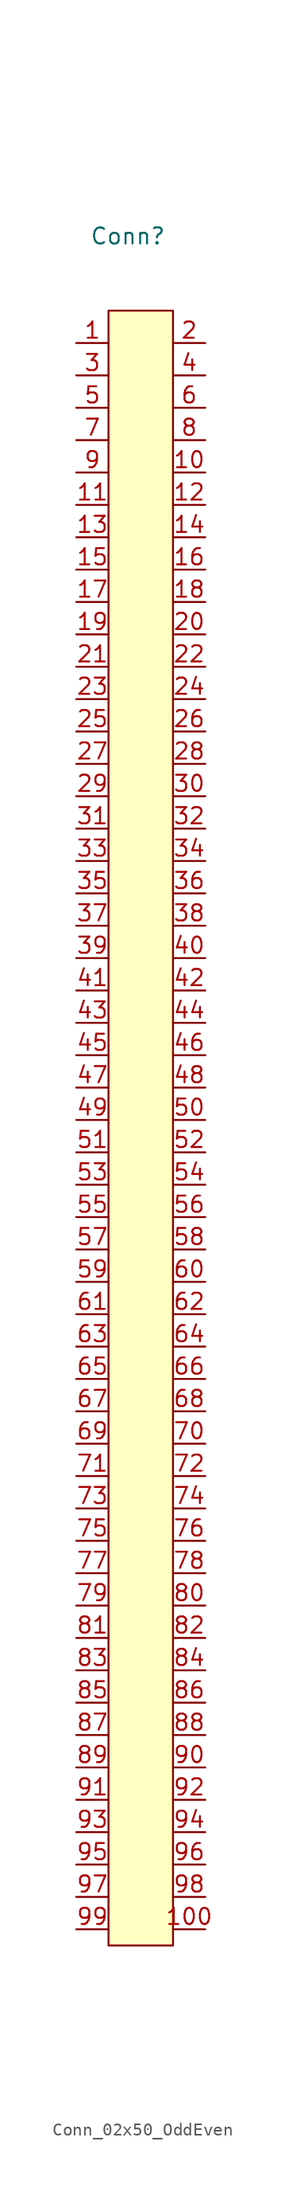
<source format=kicad_sym>
(kicad_symbol_lib
  (version 20241209)
  (generator "kicad_symbol_editor")
  (generator_version "9.0")
  (symbol "Conn_02x50_OddEven"
    (pin_names
      (hide yes))
    (property "Reference" "Conn"
      (at -1.016 8.382 0)
      (effects (font (size 1.27 1.27))))
    (symbol "Conn_02x50_OddEven_1_1"
      (rectangle (start -2.54 2.54) (end 2.54 -125.73) (stroke (width 0) (type solid)) (fill (type background)))
      (pin input line (at -5.08 0 0) (length 2.54) (name "pin1" (effects (font (size 1.27 1.27)))) (number "1" (effects (font (size 1.27 1.27)))))
      (pin input line (at -5.08 -2.54 0) (length 2.54) (name "pin3" (effects (font (size 1.27 1.27)))) (number "3" (effects (font (size 1.27 1.27)))))
      (pin input line (at -5.08 -5.08 0) (length 2.54) (name "pin5" (effects (font (size 1.27 1.27)))) (number "5" (effects (font (size 1.27 1.27)))))
      (pin input line (at -5.08 -7.62 0) (length 2.54) (name "pin7" (effects (font (size 1.27 1.27)))) (number "7" (effects (font (size 1.27 1.27)))))
      (pin input line (at -5.08 -10.16 0) (length 2.54) (name "pin9" (effects (font (size 1.27 1.27)))) (number "9" (effects (font (size 1.27 1.27)))))
      (pin input line (at -5.08 -12.7 0) (length 2.54) (name "pin11" (effects (font (size 1.27 1.27)))) (number "11" (effects (font (size 1.27 1.27)))))
      (pin input line (at -5.08 -15.24 0) (length 2.54) (name "pin13" (effects (font (size 1.27 1.27)))) (number "13" (effects (font (size 1.27 1.27)))))
      (pin input line (at -5.08 -17.78 0) (length 2.54) (name "pin15" (effects (font (size 1.27 1.27)))) (number "15" (effects (font (size 1.27 1.27)))))
      (pin input line (at -5.08 -20.32 0) (length 2.54) (name "pin17" (effects (font (size 1.27 1.27)))) (number "17" (effects (font (size 1.27 1.27)))))
      (pin input line (at -5.08 -22.86 0) (length 2.54) (name "pin19" (effects (font (size 1.27 1.27)))) (number "19" (effects (font (size 1.27 1.27)))))
      (pin input line (at -5.08 -25.4 0) (length 2.54) (name "pin21" (effects (font (size 1.27 1.27)))) (number "21" (effects (font (size 1.27 1.27)))))
      (pin input line (at -5.08 -27.94 0) (length 2.54) (name "pin23" (effects (font (size 1.27 1.27)))) (number "23" (effects (font (size 1.27 1.27)))))
      (pin input line (at -5.08 -30.48 0) (length 2.54) (name "pin25" (effects (font (size 1.27 1.27)))) (number "25" (effects (font (size 1.27 1.27)))))
      (pin input line (at -5.08 -33.02 0) (length 2.54) (name "pin27" (effects (font (size 1.27 1.27)))) (number "27" (effects (font (size 1.27 1.27)))))
      (pin input line (at -5.08 -35.56 0) (length 2.54) (name "pin29" (effects (font (size 1.27 1.27)))) (number "29" (effects (font (size 1.27 1.27)))))
      (pin input line (at -5.08 -38.1 0) (length 2.54) (name "pin31" (effects (font (size 1.27 1.27)))) (number "31" (effects (font (size 1.27 1.27)))))
      (pin input line (at -5.08 -40.64 0) (length 2.54) (name "pin33" (effects (font (size 1.27 1.27)))) (number "33" (effects (font (size 1.27 1.27)))))
      (pin input line (at -5.08 -43.18 0) (length 2.54) (name "pin35" (effects (font (size 1.27 1.27)))) (number "35" (effects (font (size 1.27 1.27)))))
      (pin input line (at -5.08 -45.72 0) (length 2.54) (name "pin37" (effects (font (size 1.27 1.27)))) (number "37" (effects (font (size 1.27 1.27)))))
      (pin input line (at -5.08 -48.26 0) (length 2.54) (name "pin39" (effects (font (size 1.27 1.27)))) (number "39" (effects (font (size 1.27 1.27)))))
      (pin input line (at -5.08 -50.8 0) (length 2.54) (name "pin41" (effects (font (size 1.27 1.27)))) (number "41" (effects (font (size 1.27 1.27)))))
      (pin input line (at -5.08 -53.34 0) (length 2.54) (name "pin43" (effects (font (size 1.27 1.27)))) (number "43" (effects (font (size 1.27 1.27)))))
      (pin input line (at -5.08 -55.88 0) (length 2.54) (name "pin45" (effects (font (size 1.27 1.27)))) (number "45" (effects (font (size 1.27 1.27)))))
      (pin input line (at -5.08 -58.42 0) (length 2.54) (name "pin47" (effects (font (size 1.27 1.27)))) (number "47" (effects (font (size 1.27 1.27)))))
      (pin input line (at -5.08 -60.96 0) (length 2.54) (name "pin49" (effects (font (size 1.27 1.27)))) (number "49" (effects (font (size 1.27 1.27)))))
      (pin input line (at -5.08 -63.5 0) (length 2.54) (name "pin51" (effects (font (size 1.27 1.27)))) (number "51" (effects (font (size 1.27 1.27)))))
      (pin input line (at -5.08 -66.04 0) (length 2.54) (name "pin53" (effects (font (size 1.27 1.27)))) (number "53" (effects (font (size 1.27 1.27)))))
      (pin input line (at -5.08 -68.58 0) (length 2.54) (name "pin55" (effects (font (size 1.27 1.27)))) (number "55" (effects (font (size 1.27 1.27)))))
      (pin input line (at -5.08 -71.12 0) (length 2.54) (name "pin57" (effects (font (size 1.27 1.27)))) (number "57" (effects (font (size 1.27 1.27)))))
      (pin input line (at -5.08 -73.66 0) (length 2.54) (name "pin59" (effects (font (size 1.27 1.27)))) (number "59" (effects (font (size 1.27 1.27)))))
      (pin input line (at -5.08 -76.2 0) (length 2.54) (name "pin61" (effects (font (size 1.27 1.27)))) (number "61" (effects (font (size 1.27 1.27)))))
      (pin input line (at -5.08 -78.74 0) (length 2.54) (name "pin63" (effects (font (size 1.27 1.27)))) (number "63" (effects (font (size 1.27 1.27)))))
      (pin input line (at -5.08 -81.28 0) (length 2.54) (name "pin65" (effects (font (size 1.27 1.27)))) (number "65" (effects (font (size 1.27 1.27)))))
      (pin input line (at -5.08 -83.82 0) (length 2.54) (name "pin67" (effects (font (size 1.27 1.27)))) (number "67" (effects (font (size 1.27 1.27)))))
      (pin input line (at -5.08 -86.36 0) (length 2.54) (name "pin69" (effects (font (size 1.27 1.27)))) (number "69" (effects (font (size 1.27 1.27)))))
      (pin input line (at -5.08 -88.9 0) (length 2.54) (name "pin71" (effects (font (size 1.27 1.27)))) (number "71" (effects (font (size 1.27 1.27)))))
      (pin input line (at -5.08 -91.44 0) (length 2.54) (name "pin73" (effects (font (size 1.27 1.27)))) (number "73" (effects (font (size 1.27 1.27)))))
      (pin input line (at -5.08 -93.98 0) (length 2.54) (name "pin75" (effects (font (size 1.27 1.27)))) (number "75" (effects (font (size 1.27 1.27)))))
      (pin input line (at -5.08 -96.52 0) (length 2.54) (name "pin77" (effects (font (size 1.27 1.27)))) (number "77" (effects (font (size 1.27 1.27)))))
      (pin input line (at -5.08 -99.06 0) (length 2.54) (name "pin79" (effects (font (size 1.27 1.27)))) (number "79" (effects (font (size 1.27 1.27)))))
      (pin input line (at -5.08 -101.6 0) (length 2.54) (name "pin81" (effects (font (size 1.27 1.27)))) (number "81" (effects (font (size 1.27 1.27)))))
      (pin input line (at -5.08 -104.14 0) (length 2.54) (name "pin83" (effects (font (size 1.27 1.27)))) (number "83" (effects (font (size 1.27 1.27)))))
      (pin input line (at -5.08 -106.68 0) (length 2.54) (name "pin85" (effects (font (size 1.27 1.27)))) (number "85" (effects (font (size 1.27 1.27)))))
      (pin input line (at -5.08 -109.22 0) (length 2.54) (name "pin87" (effects (font (size 1.27 1.27)))) (number "87" (effects (font (size 1.27 1.27)))))
      (pin input line (at -5.08 -111.76 0) (length 2.54) (name "pin89" (effects (font (size 1.27 1.27)))) (number "89" (effects (font (size 1.27 1.27)))))
      (pin input line (at -5.08 -114.3 0) (length 2.54) (name "pin91" (effects (font (size 1.27 1.27)))) (number "91" (effects (font (size 1.27 1.27)))))
      (pin input line (at -5.08 -116.84 0) (length 2.54) (name "pin93" (effects (font (size 1.27 1.27)))) (number "93" (effects (font (size 1.27 1.27)))))
      (pin input line (at -5.08 -119.38 0) (length 2.54) (name "pin95" (effects (font (size 1.27 1.27)))) (number "95" (effects (font (size 1.27 1.27)))))
      (pin input line (at -5.08 -121.92 0) (length 2.54) (name "pin97" (effects (font (size 1.27 1.27)))) (number "97" (effects (font (size 1.27 1.27)))))
      (pin input line (at -5.08 -124.46 0) (length 2.54) (name "pin99" (effects (font (size 1.27 1.27)))) (number "99" (effects (font (size 1.27 1.27)))))
      (pin input line (at 5.08 0 180) (length 2.54) (name "pin2" (effects (font (size 1.27 1.27)))) (number "2" (effects (font (size 1.27 1.27)))))
      (pin input line (at 5.08 -2.54 180) (length 2.54) (name "pin4" (effects (font (size 1.27 1.27)))) (number "4" (effects (font (size 1.27 1.27)))))
      (pin input line (at 5.08 -5.08 180) (length 2.54) (name "pin6" (effects (font (size 1.27 1.27)))) (number "6" (effects (font (size 1.27 1.27)))))
      (pin input line (at 5.08 -7.62 180) (length 2.54) (name "pin8" (effects (font (size 1.27 1.27)))) (number "8" (effects (font (size 1.27 1.27)))))
      (pin input line (at 5.08 -10.16 180) (length 2.54) (name "pin10" (effects (font (size 1.27 1.27)))) (number "10" (effects (font (size 1.27 1.27)))))
      (pin input line (at 5.08 -12.7 180) (length 2.54) (name "pin12" (effects (font (size 1.27 1.27)))) (number "12" (effects (font (size 1.27 1.27)))))
      (pin input line (at 5.08 -15.24 180) (length 2.54) (name "pin14" (effects (font (size 1.27 1.27)))) (number "14" (effects (font (size 1.27 1.27)))))
      (pin input line (at 5.08 -17.78 180) (length 2.54) (name "pin16" (effects (font (size 1.27 1.27)))) (number "16" (effects (font (size 1.27 1.27)))))
      (pin input line (at 5.08 -20.32 180) (length 2.54) (name "pin18" (effects (font (size 1.27 1.27)))) (number "18" (effects (font (size 1.27 1.27)))))
      (pin input line (at 5.08 -22.86 180) (length 2.54) (name "pin20" (effects (font (size 1.27 1.27)))) (number "20" (effects (font (size 1.27 1.27)))))
      (pin input line (at 5.08 -25.4 180) (length 2.54) (name "pin22" (effects (font (size 1.27 1.27)))) (number "22" (effects (font (size 1.27 1.27)))))
      (pin input line (at 5.08 -27.94 180) (length 2.54) (name "pin24" (effects (font (size 1.27 1.27)))) (number "24" (effects (font (size 1.27 1.27)))))
      (pin input line (at 5.08 -30.48 180) (length 2.54) (name "pin26" (effects (font (size 1.27 1.27)))) (number "26" (effects (font (size 1.27 1.27)))))
      (pin input line (at 5.08 -33.02 180) (length 2.54) (name "pin28" (effects (font (size 1.27 1.27)))) (number "28" (effects (font (size 1.27 1.27)))))
      (pin input line (at 5.08 -35.56 180) (length 2.54) (name "pin30" (effects (font (size 1.27 1.27)))) (number "30" (effects (font (size 1.27 1.27)))))
      (pin input line (at 5.08 -38.1 180) (length 2.54) (name "pin32" (effects (font (size 1.27 1.27)))) (number "32" (effects (font (size 1.27 1.27)))))
      (pin input line (at 5.08 -40.64 180) (length 2.54) (name "pin34" (effects (font (size 1.27 1.27)))) (number "34" (effects (font (size 1.27 1.27)))))
      (pin input line (at 5.08 -43.18 180) (length 2.54) (name "pin36" (effects (font (size 1.27 1.27)))) (number "36" (effects (font (size 1.27 1.27)))))
      (pin input line (at 5.08 -45.72 180) (length 2.54) (name "pin38" (effects (font (size 1.27 1.27)))) (number "38" (effects (font (size 1.27 1.27)))))
      (pin input line (at 5.08 -48.26 180) (length 2.54) (name "pin40" (effects (font (size 1.27 1.27)))) (number "40" (effects (font (size 1.27 1.27)))))
      (pin input line (at 5.08 -50.8 180) (length 2.54) (name "pin42" (effects (font (size 1.27 1.27)))) (number "42" (effects (font (size 1.27 1.27)))))
      (pin input line (at 5.08 -53.34 180) (length 2.54) (name "pin44" (effects (font (size 1.27 1.27)))) (number "44" (effects (font (size 1.27 1.27)))))
      (pin input line (at 5.08 -55.88 180) (length 2.54) (name "pin46" (effects (font (size 1.27 1.27)))) (number "46" (effects (font (size 1.27 1.27)))))
      (pin input line (at 5.08 -58.42 180) (length 2.54) (name "pin48" (effects (font (size 1.27 1.27)))) (number "48" (effects (font (size 1.27 1.27)))))
      (pin input line (at 5.08 -60.96 180) (length 2.54) (name "pin50" (effects (font (size 1.27 1.27)))) (number "50" (effects (font (size 1.27 1.27)))))
      (pin input line (at 5.08 -63.5 180) (length 2.54) (name "pin52" (effects (font (size 1.27 1.27)))) (number "52" (effects (font (size 1.27 1.27)))))
      (pin input line (at 5.08 -66.04 180) (length 2.54) (name "pin54" (effects (font (size 1.27 1.27)))) (number "54" (effects (font (size 1.27 1.27)))))
      (pin input line (at 5.08 -68.58 180) (length 2.54) (name "pin56" (effects (font (size 1.27 1.27)))) (number "56" (effects (font (size 1.27 1.27)))))
      (pin input line (at 5.08 -71.12 180) (length 2.54) (name "pin58" (effects (font (size 1.27 1.27)))) (number "58" (effects (font (size 1.27 1.27)))))
      (pin input line (at 5.08 -73.66 180) (length 2.54) (name "pin60" (effects (font (size 1.27 1.27)))) (number "60" (effects (font (size 1.27 1.27)))))
      (pin input line (at 5.08 -76.2 180) (length 2.54) (name "pin62" (effects (font (size 1.27 1.27)))) (number "62" (effects (font (size 1.27 1.27)))))
      (pin input line (at 5.08 -78.74 180) (length 2.54) (name "pin64" (effects (font (size 1.27 1.27)))) (number "64" (effects (font (size 1.27 1.27)))))
      (pin input line (at 5.08 -81.28 180) (length 2.54) (name "pin66" (effects (font (size 1.27 1.27)))) (number "66" (effects (font (size 1.27 1.27)))))
      (pin input line (at 5.08 -83.82 180) (length 2.54) (name "pin68" (effects (font (size 1.27 1.27)))) (number "68" (effects (font (size 1.27 1.27)))))
      (pin input line (at 5.08 -86.36 180) (length 2.54) (name "pin70" (effects (font (size 1.27 1.27)))) (number "70" (effects (font (size 1.27 1.27)))))
      (pin input line (at 5.08 -88.9 180) (length 2.54) (name "pin72" (effects (font (size 1.27 1.27)))) (number "72" (effects (font (size 1.27 1.27)))))
      (pin input line (at 5.08 -91.44 180) (length 2.54) (name "pin74" (effects (font (size 1.27 1.27)))) (number "74" (effects (font (size 1.27 1.27)))))
      (pin input line (at 5.08 -93.98 180) (length 2.54) (name "pin76" (effects (font (size 1.27 1.27)))) (number "76" (effects (font (size 1.27 1.27)))))
      (pin input line (at 5.08 -96.52 180) (length 2.54) (name "pin78" (effects (font (size 1.27 1.27)))) (number "78" (effects (font (size 1.27 1.27)))))
      (pin input line (at 5.08 -99.06 180) (length 2.54) (name "pin80" (effects (font (size 1.27 1.27)))) (number "80" (effects (font (size 1.27 1.27)))))
      (pin input line (at 5.08 -101.6 180) (length 2.54) (name "pin82" (effects (font (size 1.27 1.27)))) (number "82" (effects (font (size 1.27 1.27)))))
      (pin input line (at 5.08 -104.14 180) (length 2.54) (name "pin84" (effects (font (size 1.27 1.27)))) (number "84" (effects (font (size 1.27 1.27)))))
      (pin input line (at 5.08 -106.68 180) (length 2.54) (name "pin86" (effects (font (size 1.27 1.27)))) (number "86" (effects (font (size 1.27 1.27)))))
      (pin input line (at 5.08 -109.22 180) (length 2.54) (name "pin88" (effects (font (size 1.27 1.27)))) (number "88" (effects (font (size 1.27 1.27)))))
      (pin input line (at 5.08 -111.76 180) (length 2.54) (name "pin90" (effects (font (size 1.27 1.27)))) (number "90" (effects (font (size 1.27 1.27)))))
      (pin input line (at 5.08 -114.3 180) (length 2.54) (name "pin92" (effects (font (size 1.27 1.27)))) (number "92" (effects (font (size 1.27 1.27)))))
      (pin input line (at 5.08 -116.84 180) (length 2.54) (name "pin94" (effects (font (size 1.27 1.27)))) (number "94" (effects (font (size 1.27 1.27)))))
      (pin input line (at 5.08 -119.38 180) (length 2.54) (name "pin96" (effects (font (size 1.27 1.27)))) (number "96" (effects (font (size 1.27 1.27)))))
      (pin input line (at 5.08 -121.92 180) (length 2.54) (name "pin98" (effects (font (size 1.27 1.27)))) (number "98" (effects (font (size 1.27 1.27)))))
      (pin input line (at 5.08 -124.46 180) (length 2.54) (name "pin100" (effects (font (size 1.27 1.27)))) (number "100" (effects (font (size 1.27 1.27))))))))
</source>
